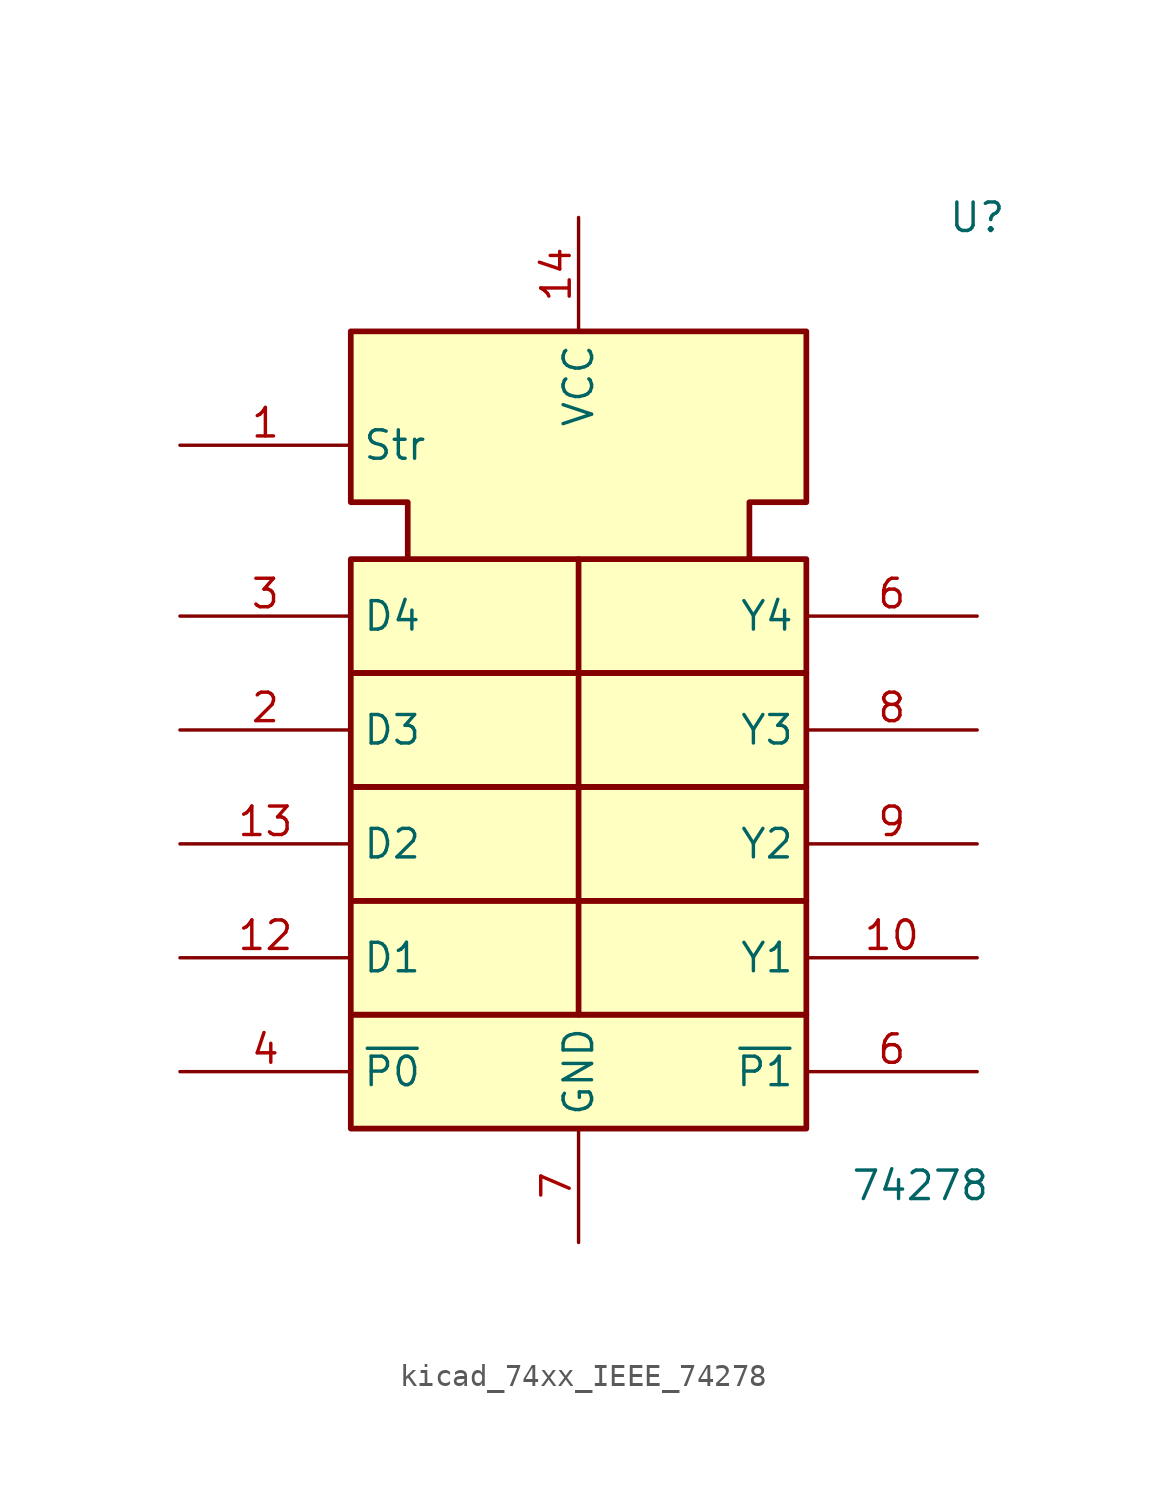
<source format=kicad_sym>
(kicad_symbol_lib
  (version 20220914)
  (generator kicad_symbol_editor)
  (symbol "kicad_74xx_IEEE_74278"
    (property "Reference" "U"
      (at 17.78 20.32 0)
      (effects (font (size 1.27 1.27))))
    (property "Value" "74278"
      (at 15.24 -22.86 0)
      (effects (font (size 1.27 1.27))))
    (symbol "kicad_74xx_IEEE_74278_0_0"
      (rectangle (start -10.16 -15.24) (end 10.16 -20.32) (stroke (width 0.254) (type default)) (fill (type background)))
      (rectangle (start -10.16 -10.16) (end 10.16 -15.24) (stroke (width 0.254) (type default)) (fill (type background)))
      (rectangle (start -10.16 -5.08) (end 10.16 -10.16) (stroke (width 0.254) (type default)) (fill (type background)))
      (rectangle (start -10.16 0) (end 10.16 -5.08) (stroke (width 0.254) (type default)) (fill (type background)))
      (rectangle (start -10.16 5.08) (end 10.16 0) (stroke (width 0.254) (type default)) (fill (type background)))
      (polyline (pts (xy 0 5.08) (xy 0 -15.24) (xy 0 -15.24)) (stroke (width 0.254) (type default)) (fill (type background)))
      (polyline (pts (xy -7.62 5.08) (xy -7.62 7.62) (xy -10.16 7.62) (xy -10.16 15.24) (xy 10.16 15.24) (xy 10.16 7.62) (xy 7.62 7.62) (xy 7.62 5.08) (xy 7.62 5.08)) (stroke (width 0.254) (type default)) (fill (type background)))
      (pin power_in line (at 0 20.32 270) (length 5.08) (name "VCC" (effects (font (size 1.27 1.27)))) (number "14" (effects (font (size 1.27 1.27)))))
      (pin power_in line (at 0 -25.4 90) (length 5.08) (name "GND" (effects (font (size 1.27 1.27)))) (number "7" (effects (font (size 1.27 1.27))))))
    (symbol "kicad_74xx_IEEE_74278_1_1"
      (pin input line (at -17.78 10.16 0) (length 7.62) (name "Str" (effects (font (size 1.27 1.27)))) (number "1" (effects (font (size 1.27 1.27)))))
      (pin output line (at 17.78 -12.7 180) (length 7.62) (name "Y1" (effects (font (size 1.27 1.27)))) (number "10" (effects (font (size 1.27 1.27)))))
      (pin input line (at -17.78 -12.7 0) (length 7.62) (name "D1" (effects (font (size 1.27 1.27)))) (number "12" (effects (font (size 1.27 1.27)))))
      (pin input line (at -17.78 -7.62 0) (length 7.62) (name "D2" (effects (font (size 1.27 1.27)))) (number "13" (effects (font (size 1.27 1.27)))))
      (pin input line (at -17.78 -2.54 0) (length 7.62) (name "D3" (effects (font (size 1.27 1.27)))) (number "2" (effects (font (size 1.27 1.27)))))
      (pin input line (at -17.78 2.54 0) (length 7.62) (name "D4" (effects (font (size 1.27 1.27)))) (number "3" (effects (font (size 1.27 1.27)))))
      (pin input line (at -17.78 -17.78 0) (length 7.62) (name "~{P0}" (effects (font (size 1.27 1.27)))) (number "4" (effects (font (size 1.27 1.27)))))
      (pin output line (at 17.78 2.54 180) (length 7.62) (name "Y4" (effects (font (size 1.27 1.27)))) (number "6" (effects (font (size 1.27 1.27)))))
      (pin output line (at 17.78 -17.78 180) (length 7.62) (name "~{P1}" (effects (font (size 1.27 1.27)))) (number "6" (effects (font (size 1.27 1.27)))))
      (pin output line (at 17.78 -2.54 180) (length 7.62) (name "Y3" (effects (font (size 1.27 1.27)))) (number "8" (effects (font (size 1.27 1.27)))))
      (pin output line (at 17.78 -7.62 180) (length 7.62) (name "Y2" (effects (font (size 1.27 1.27)))) (number "9" (effects (font (size 1.27 1.27))))))))
</source>
